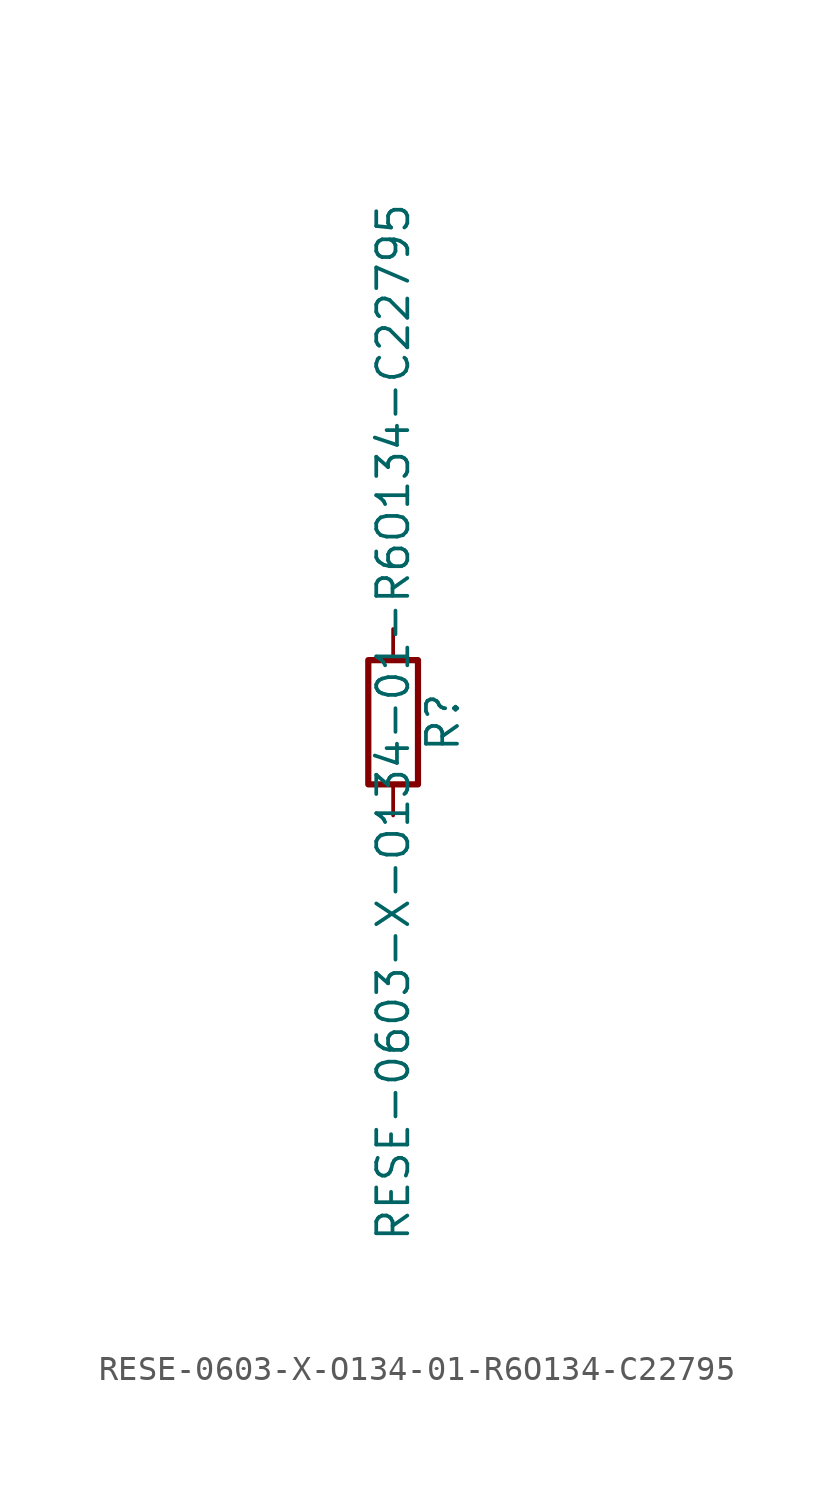
<source format=kicad_sym>
(kicad_symbol_lib
  (version 20211014)
  (generator kicad_symbol_editor)
  (symbol "RESE-0603-X-O134-01-R6O134-C22795"
    (pin_numbers hide)
    (pin_names
      (offset 0))
    (property "Reference" "R"
      (at 2.032 0 90)
      (effects (font (size 1.27 1.27))))
    (property "Value" "RESE-0603-X-O134-01-R6O134-C22795"
      (at 0 0 90)
      (effects (font (size 1.27 1.27))))
    (symbol "RESE-0603-X-O134-01-R6O134-C22795_0_1"
      (rectangle (start -1.016 -2.54) (end 1.016 2.54) (stroke (width 0.254) (type default) (color 0 0 0 0)) (fill (type none))))
    (symbol "RESE-0603-X-O134-01-R6O134-C22795_1_1"
      (pin passive line (at 0 3.81 270) (length 1.27) (name "~" (effects (font (size 1.27 1.27)))) (number "1" (effects (font (size 1.27 1.27)))))
      (pin passive line (at 0 -3.81 90) (length 1.27) (name "~" (effects (font (size 1.27 1.27)))) (number "2" (effects (font (size 1.27 1.27))))))))
</source>
